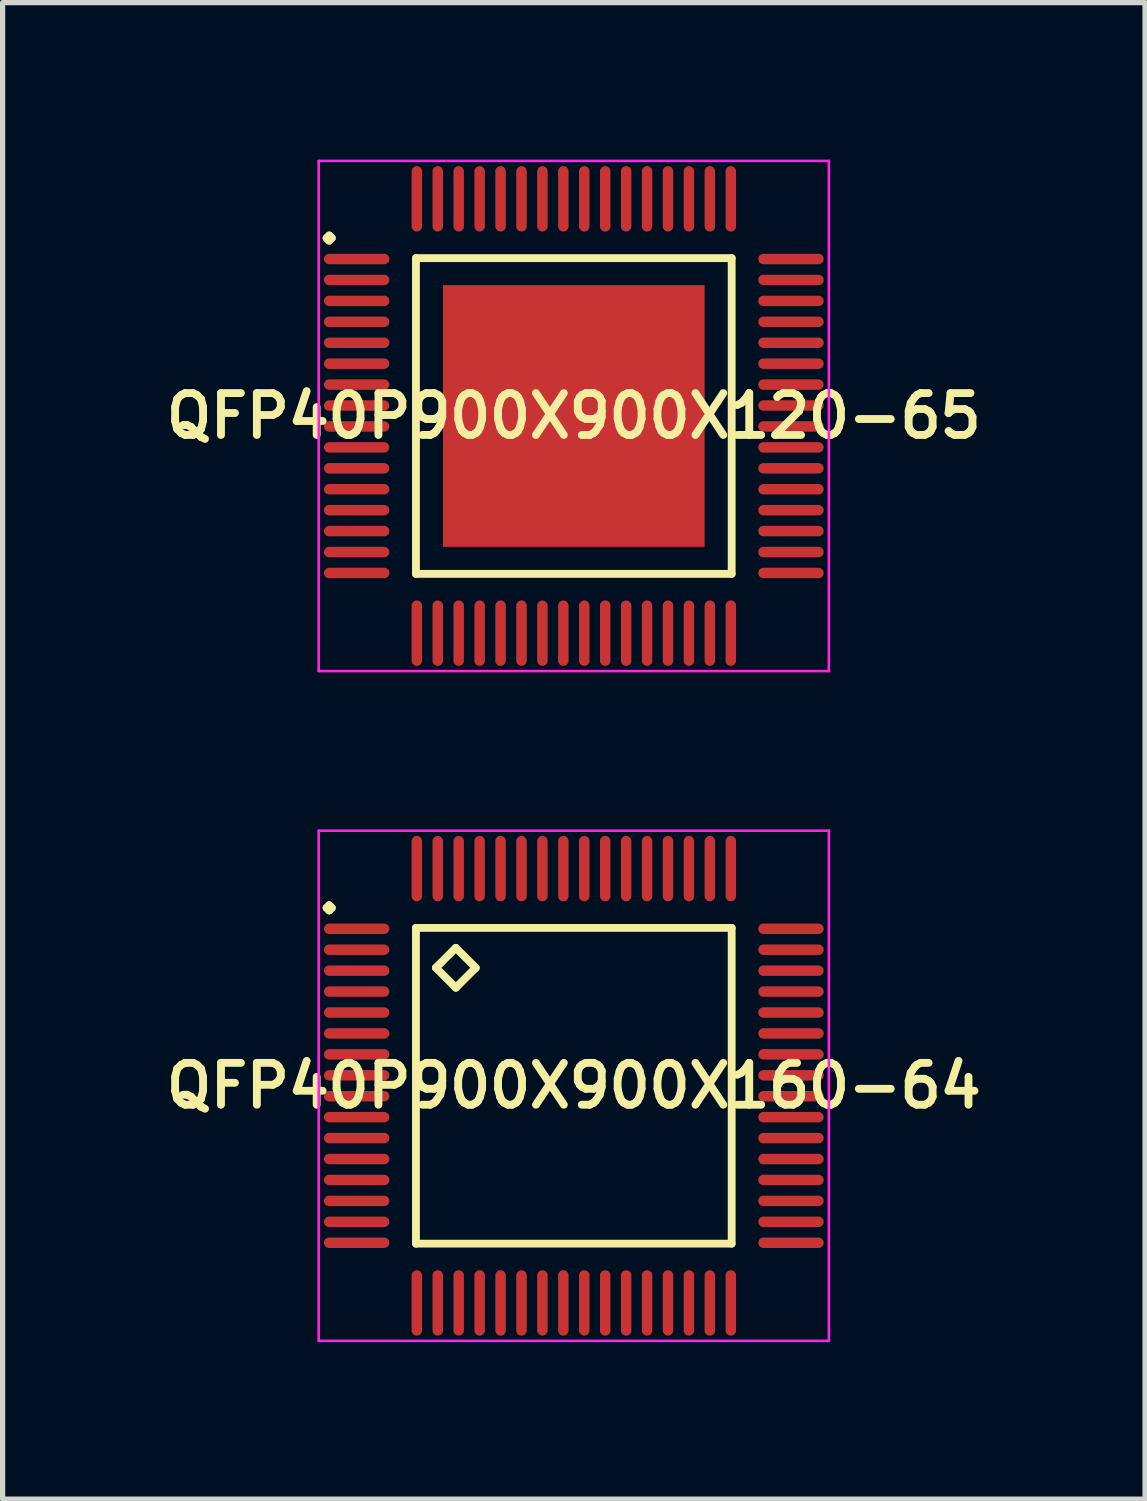
<source format=kicad_pcb>
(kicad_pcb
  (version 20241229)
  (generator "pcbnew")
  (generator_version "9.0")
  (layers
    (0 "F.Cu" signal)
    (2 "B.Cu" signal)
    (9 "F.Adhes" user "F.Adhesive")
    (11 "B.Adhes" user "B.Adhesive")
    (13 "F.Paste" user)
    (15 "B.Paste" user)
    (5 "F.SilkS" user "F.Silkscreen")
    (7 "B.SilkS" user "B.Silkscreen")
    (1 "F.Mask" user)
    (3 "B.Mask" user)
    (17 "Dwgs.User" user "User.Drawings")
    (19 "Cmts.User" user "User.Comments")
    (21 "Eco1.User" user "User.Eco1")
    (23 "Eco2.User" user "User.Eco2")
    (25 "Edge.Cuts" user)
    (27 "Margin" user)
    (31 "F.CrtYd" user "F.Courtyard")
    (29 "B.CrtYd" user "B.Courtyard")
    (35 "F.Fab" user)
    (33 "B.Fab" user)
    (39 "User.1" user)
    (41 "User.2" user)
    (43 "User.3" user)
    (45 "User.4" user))
  (footprint "QFP40P900X900X120-65"
    (layer "F.Cu")
    (at 7.916 4.9)
    (property "Reference" "QFP40P900X900X120-65" (at 0 0 0) (layer "F.SilkS") (effects (font (size 0.8 0.8) (thickness 0.15))))
    (attr smd)
    (fp_line (start -4.725 -3.4) (end -4.675 -3.45) (stroke (width 0.15) (type solid)) (layer "F.SilkS"))
    (fp_line (start -4.675 -3.45) (end -4.625 -3.4) (stroke (width 0.15) (type solid)) (layer "F.SilkS"))
    (fp_line (start -4.675 -3.35) (end -4.725 -3.4) (stroke (width 0.15) (type solid)) (layer "F.SilkS"))
    (fp_line (start -4.625 -3.4) (end -4.675 -3.35) (stroke (width 0.15) (type solid)) (layer "F.SilkS"))
    (fp_line (start -3.017 -3.017) (end -3.017 3.017) (stroke (width 0.15) (type solid)) (layer "F.SilkS"))
    (fp_line (start -3.017 3.017) (end 3.017 3.017) (stroke (width 0.15) (type solid)) (layer "F.SilkS"))
    (fp_line (start 3.017 -3.017) (end -3.017 -3.017) (stroke (width 0.15) (type solid)) (layer "F.SilkS"))
    (fp_line (start 3.017 3.017) (end 3.017 -3.017) (stroke (width 0.15) (type solid)) (layer "F.SilkS"))
    (fp_line (start -4.875 -4.875) (end 4.875 -4.875) (stroke (width 0.05) (type solid)) (layer "F.CrtYd"))
    (fp_line (start -4.875 4.875) (end -4.875 -4.875) (stroke (width 0.05) (type solid)) (layer "F.CrtYd"))
    (fp_line (start 4.875 -4.875) (end 4.875 4.875) (stroke (width 0.05) (type solid)) (layer "F.CrtYd"))
    (fp_line (start 4.875 4.875) (end -4.875 4.875) (stroke (width 0.05) (type solid)) (layer "F.CrtYd"))
    (pad "1" smd oval (at -4.15 -3) (size 1.25 0.2) (layers "F.Cu" "F.Mask" "F.Paste"))
    (pad "2" smd oval (at -4.15 -2.6) (size 1.25 0.2) (layers "F.Cu" "F.Mask" "F.Paste"))
    (pad "3" smd oval (at -4.15 -2.2) (size 1.25 0.2) (layers "F.Cu" "F.Mask" "F.Paste"))
    (pad "4" smd oval (at -4.15 -1.8) (size 1.25 0.2) (layers "F.Cu" "F.Mask" "F.Paste"))
    (pad "5" smd oval (at -4.15 -1.4) (size 1.25 0.2) (layers "F.Cu" "F.Mask" "F.Paste"))
    (pad "6" smd oval (at -4.15 -1) (size 1.25 0.2) (layers "F.Cu" "F.Mask" "F.Paste"))
    (pad "7" smd oval (at -4.15 -0.6) (size 1.25 0.2) (layers "F.Cu" "F.Mask" "F.Paste"))
    (pad "8" smd oval (at -4.15 -0.2) (size 1.25 0.2) (layers "F.Cu" "F.Mask" "F.Paste"))
    (pad "9" smd oval (at -4.15 0.2) (size 1.25 0.2) (layers "F.Cu" "F.Mask" "F.Paste"))
    (pad "10" smd oval (at -4.15 0.6) (size 1.25 0.2) (layers "F.Cu" "F.Mask" "F.Paste"))
    (pad "11" smd oval (at -4.15 1) (size 1.25 0.2) (layers "F.Cu" "F.Mask" "F.Paste"))
    (pad "12" smd oval (at -4.15 1.4) (size 1.25 0.2) (layers "F.Cu" "F.Mask" "F.Paste"))
    (pad "13" smd oval (at -4.15 1.8) (size 1.25 0.2) (layers "F.Cu" "F.Mask" "F.Paste"))
    (pad "14" smd oval (at -4.15 2.2) (size 1.25 0.2) (layers "F.Cu" "F.Mask" "F.Paste"))
    (pad "15" smd oval (at -4.15 2.6) (size 1.25 0.2) (layers "F.Cu" "F.Mask" "F.Paste"))
    (pad "16" smd oval (at -4.15 3) (size 1.25 0.2) (layers "F.Cu" "F.Mask" "F.Paste"))
    (pad "17" smd oval (at -3 4.15) (size 0.2 1.25) (layers "F.Cu" "F.Mask" "F.Paste"))
    (pad "18" smd oval (at -2.6 4.15) (size 0.2 1.25) (layers "F.Cu" "F.Mask" "F.Paste"))
    (pad "19" smd oval (at -2.2 4.15) (size 0.2 1.25) (layers "F.Cu" "F.Mask" "F.Paste"))
    (pad "20" smd oval (at -1.8 4.15) (size 0.2 1.25) (layers "F.Cu" "F.Mask" "F.Paste"))
    (pad "21" smd oval (at -1.4 4.15) (size 0.2 1.25) (layers "F.Cu" "F.Mask" "F.Paste"))
    (pad "22" smd oval (at -1 4.15) (size 0.2 1.25) (layers "F.Cu" "F.Mask" "F.Paste"))
    (pad "23" smd oval (at -0.6 4.15) (size 0.2 1.25) (layers "F.Cu" "F.Mask" "F.Paste"))
    (pad "24" smd oval (at -0.2 4.15) (size 0.2 1.25) (layers "F.Cu" "F.Mask" "F.Paste"))
    (pad "25" smd oval (at 0.2 4.15) (size 0.2 1.25) (layers "F.Cu" "F.Mask" "F.Paste"))
    (pad "26" smd oval (at 0.6 4.15) (size 0.2 1.25) (layers "F.Cu" "F.Mask" "F.Paste"))
    (pad "27" smd oval (at 1 4.15) (size 0.2 1.25) (layers "F.Cu" "F.Mask" "F.Paste"))
    (pad "28" smd oval (at 1.4 4.15) (size 0.2 1.25) (layers "F.Cu" "F.Mask" "F.Paste"))
    (pad "29" smd oval (at 1.8 4.15) (size 0.2 1.25) (layers "F.Cu" "F.Mask" "F.Paste"))
    (pad "30" smd oval (at 2.2 4.15) (size 0.2 1.25) (layers "F.Cu" "F.Mask" "F.Paste"))
    (pad "31" smd oval (at 2.6 4.15) (size 0.2 1.25) (layers "F.Cu" "F.Mask" "F.Paste"))
    (pad "32" smd oval (at 3 4.15) (size 0.2 1.25) (layers "F.Cu" "F.Mask" "F.Paste"))
    (pad "33" smd oval (at 4.15 3) (size 1.25 0.2) (layers "F.Cu" "F.Mask" "F.Paste"))
    (pad "34" smd oval (at 4.15 2.6) (size 1.25 0.2) (layers "F.Cu" "F.Mask" "F.Paste"))
    (pad "35" smd oval (at 4.15 2.2) (size 1.25 0.2) (layers "F.Cu" "F.Mask" "F.Paste"))
    (pad "36" smd oval (at 4.15 1.8) (size 1.25 0.2) (layers "F.Cu" "F.Mask" "F.Paste"))
    (pad "37" smd oval (at 4.15 1.4) (size 1.25 0.2) (layers "F.Cu" "F.Mask" "F.Paste"))
    (pad "38" smd oval (at 4.15 1) (size 1.25 0.2) (layers "F.Cu" "F.Mask" "F.Paste"))
    (pad "39" smd oval (at 4.15 0.6) (size 1.25 0.2) (layers "F.Cu" "F.Mask" "F.Paste"))
    (pad "40" smd oval (at 4.15 0.2) (size 1.25 0.2) (layers "F.Cu" "F.Mask" "F.Paste"))
    (pad "41" smd oval (at 4.15 -0.2) (size 1.25 0.2) (layers "F.Cu" "F.Mask" "F.Paste"))
    (pad "42" smd oval (at 4.15 -0.6) (size 1.25 0.2) (layers "F.Cu" "F.Mask" "F.Paste"))
    (pad "43" smd oval (at 4.15 -1) (size 1.25 0.2) (layers "F.Cu" "F.Mask" "F.Paste"))
    (pad "44" smd oval (at 4.15 -1.4) (size 1.25 0.2) (layers "F.Cu" "F.Mask" "F.Paste"))
    (pad "45" smd oval (at 4.15 -1.8) (size 1.25 0.2) (layers "F.Cu" "F.Mask" "F.Paste"))
    (pad "46" smd oval (at 4.15 -2.2) (size 1.25 0.2) (layers "F.Cu" "F.Mask" "F.Paste"))
    (pad "47" smd oval (at 4.15 -2.6) (size 1.25 0.2) (layers "F.Cu" "F.Mask" "F.Paste"))
    (pad "48" smd oval (at 4.15 -3) (size 1.25 0.2) (layers "F.Cu" "F.Mask" "F.Paste"))
    (pad "49" smd oval (at 3 -4.15) (size 0.2 1.25) (layers "F.Cu" "F.Mask" "F.Paste"))
    (pad "50" smd oval (at 2.6 -4.15) (size 0.2 1.25) (layers "F.Cu" "F.Mask" "F.Paste"))
    (pad "51" smd oval (at 2.2 -4.15) (size 0.2 1.25) (layers "F.Cu" "F.Mask" "F.Paste"))
    (pad "52" smd oval (at 1.8 -4.15) (size 0.2 1.25) (layers "F.Cu" "F.Mask" "F.Paste"))
    (pad "53" smd oval (at 1.4 -4.15) (size 0.2 1.25) (layers "F.Cu" "F.Mask" "F.Paste"))
    (pad "54" smd oval (at 1 -4.15) (size 0.2 1.25) (layers "F.Cu" "F.Mask" "F.Paste"))
    (pad "55" smd oval (at 0.6 -4.15) (size 0.2 1.25) (layers "F.Cu" "F.Mask" "F.Paste"))
    (pad "56" smd oval (at 0.2 -4.15) (size 0.2 1.25) (layers "F.Cu" "F.Mask" "F.Paste"))
    (pad "57" smd oval (at -0.2 -4.15) (size 0.2 1.25) (layers "F.Cu" "F.Mask" "F.Paste"))
    (pad "58" smd oval (at -0.6 -4.15) (size 0.2 1.25) (layers "F.Cu" "F.Mask" "F.Paste"))
    (pad "59" smd oval (at -1 -4.15) (size 0.2 1.25) (layers "F.Cu" "F.Mask" "F.Paste"))
    (pad "60" smd oval (at -1.4 -4.15) (size 0.2 1.25) (layers "F.Cu" "F.Mask" "F.Paste"))
    (pad "61" smd oval (at -1.8 -4.15) (size 0.2 1.25) (layers "F.Cu" "F.Mask" "F.Paste"))
    (pad "62" smd oval (at -2.2 -4.15) (size 0.2 1.25) (layers "F.Cu" "F.Mask" "F.Paste"))
    (pad "63" smd oval (at -2.6 -4.15) (size 0.2 1.25) (layers "F.Cu" "F.Mask" "F.Paste"))
    (pad "64" smd oval (at -3 -4.15) (size 0.2 1.25) (layers "F.Cu" "F.Mask" "F.Paste"))
    (pad "65" smd rect (at 0 0) (size 5 5) (layers "F.Cu" "F.Mask" "F.Paste")))
  (footprint "QFP40P900X900X160-64"
    (layer "F.Cu")
    (at 7.916 17.7)
    (property "Reference" "QFP40P900X900X160-64" (at 0 0 0) (layer "F.SilkS") (effects (font (size 0.8 0.8) (thickness 0.15))))
    (attr smd)
    (fp_line (start -4.725 -3.4) (end -4.675 -3.45) (stroke (width 0.15) (type solid)) (layer "F.SilkS"))
    (fp_line (start -4.675 -3.45) (end -4.625 -3.4) (stroke (width 0.15) (type solid)) (layer "F.SilkS"))
    (fp_line (start -4.675 -3.35) (end -4.725 -3.4) (stroke (width 0.15) (type solid)) (layer "F.SilkS"))
    (fp_line (start -4.625 -3.4) (end -4.675 -3.35) (stroke (width 0.15) (type solid)) (layer "F.SilkS"))
    (fp_line (start -3.017 -3.017) (end -3.017 3.017) (stroke (width 0.15) (type solid)) (layer "F.SilkS"))
    (fp_line (start -3.017 3.017) (end 3.017 3.017) (stroke (width 0.15) (type solid)) (layer "F.SilkS"))
    (fp_line (start -2.636 -2.255) (end -2.255 -2.636) (stroke (width 0.15) (type solid)) (layer "F.SilkS"))
    (fp_line (start -2.255 -2.636) (end -1.874 -2.255) (stroke (width 0.15) (type solid)) (layer "F.SilkS"))
    (fp_line (start -2.255 -1.874) (end -2.636 -2.255) (stroke (width 0.15) (type solid)) (layer "F.SilkS"))
    (fp_line (start -1.874 -2.255) (end -2.255 -1.874) (stroke (width 0.15) (type solid)) (layer "F.SilkS"))
    (fp_line (start 3.017 -3.017) (end -3.017 -3.017) (stroke (width 0.15) (type solid)) (layer "F.SilkS"))
    (fp_line (start 3.017 3.017) (end 3.017 -3.017) (stroke (width 0.15) (type solid)) (layer "F.SilkS"))
    (fp_line (start -4.875 -4.875) (end 4.875 -4.875) (stroke (width 0.05) (type solid)) (layer "F.CrtYd"))
    (fp_line (start -4.875 4.875) (end -4.875 -4.875) (stroke (width 0.05) (type solid)) (layer "F.CrtYd"))
    (fp_line (start 4.875 -4.875) (end 4.875 4.875) (stroke (width 0.05) (type solid)) (layer "F.CrtYd"))
    (fp_line (start 4.875 4.875) (end -4.875 4.875) (stroke (width 0.05) (type solid)) (layer "F.CrtYd"))
    (pad "1" smd oval (at -4.15 -3) (size 1.25 0.2) (layers "F.Cu" "F.Mask" "F.Paste"))
    (pad "2" smd oval (at -4.15 -2.6) (size 1.25 0.2) (layers "F.Cu" "F.Mask" "F.Paste"))
    (pad "3" smd oval (at -4.15 -2.2) (size 1.25 0.2) (layers "F.Cu" "F.Mask" "F.Paste"))
    (pad "4" smd oval (at -4.15 -1.8) (size 1.25 0.2) (layers "F.Cu" "F.Mask" "F.Paste"))
    (pad "5" smd oval (at -4.15 -1.4) (size 1.25 0.2) (layers "F.Cu" "F.Mask" "F.Paste"))
    (pad "6" smd oval (at -4.15 -1) (size 1.25 0.2) (layers "F.Cu" "F.Mask" "F.Paste"))
    (pad "7" smd oval (at -4.15 -0.6) (size 1.25 0.2) (layers "F.Cu" "F.Mask" "F.Paste"))
    (pad "8" smd oval (at -4.15 -0.2) (size 1.25 0.2) (layers "F.Cu" "F.Mask" "F.Paste"))
    (pad "9" smd oval (at -4.15 0.2) (size 1.25 0.2) (layers "F.Cu" "F.Mask" "F.Paste"))
    (pad "10" smd oval (at -4.15 0.6) (size 1.25 0.2) (layers "F.Cu" "F.Mask" "F.Paste"))
    (pad "11" smd oval (at -4.15 1) (size 1.25 0.2) (layers "F.Cu" "F.Mask" "F.Paste"))
    (pad "12" smd oval (at -4.15 1.4) (size 1.25 0.2) (layers "F.Cu" "F.Mask" "F.Paste"))
    (pad "13" smd oval (at -4.15 1.8) (size 1.25 0.2) (layers "F.Cu" "F.Mask" "F.Paste"))
    (pad "14" smd oval (at -4.15 2.2) (size 1.25 0.2) (layers "F.Cu" "F.Mask" "F.Paste"))
    (pad "15" smd oval (at -4.15 2.6) (size 1.25 0.2) (layers "F.Cu" "F.Mask" "F.Paste"))
    (pad "16" smd oval (at -4.15 3) (size 1.25 0.2) (layers "F.Cu" "F.Mask" "F.Paste"))
    (pad "17" smd oval (at -3 4.15) (size 0.2 1.25) (layers "F.Cu" "F.Mask" "F.Paste"))
    (pad "18" smd oval (at -2.6 4.15) (size 0.2 1.25) (layers "F.Cu" "F.Mask" "F.Paste"))
    (pad "19" smd oval (at -2.2 4.15) (size 0.2 1.25) (layers "F.Cu" "F.Mask" "F.Paste"))
    (pad "20" smd oval (at -1.8 4.15) (size 0.2 1.25) (layers "F.Cu" "F.Mask" "F.Paste"))
    (pad "21" smd oval (at -1.4 4.15) (size 0.2 1.25) (layers "F.Cu" "F.Mask" "F.Paste"))
    (pad "22" smd oval (at -1 4.15) (size 0.2 1.25) (layers "F.Cu" "F.Mask" "F.Paste"))
    (pad "23" smd oval (at -0.6 4.15) (size 0.2 1.25) (layers "F.Cu" "F.Mask" "F.Paste"))
    (pad "24" smd oval (at -0.2 4.15) (size 0.2 1.25) (layers "F.Cu" "F.Mask" "F.Paste"))
    (pad "25" smd oval (at 0.2 4.15) (size 0.2 1.25) (layers "F.Cu" "F.Mask" "F.Paste"))
    (pad "26" smd oval (at 0.6 4.15) (size 0.2 1.25) (layers "F.Cu" "F.Mask" "F.Paste"))
    (pad "27" smd oval (at 1 4.15) (size 0.2 1.25) (layers "F.Cu" "F.Mask" "F.Paste"))
    (pad "28" smd oval (at 1.4 4.15) (size 0.2 1.25) (layers "F.Cu" "F.Mask" "F.Paste"))
    (pad "29" smd oval (at 1.8 4.15) (size 0.2 1.25) (layers "F.Cu" "F.Mask" "F.Paste"))
    (pad "30" smd oval (at 2.2 4.15) (size 0.2 1.25) (layers "F.Cu" "F.Mask" "F.Paste"))
    (pad "31" smd oval (at 2.6 4.15) (size 0.2 1.25) (layers "F.Cu" "F.Mask" "F.Paste"))
    (pad "32" smd oval (at 3 4.15) (size 0.2 1.25) (layers "F.Cu" "F.Mask" "F.Paste"))
    (pad "33" smd oval (at 4.15 3) (size 1.25 0.2) (layers "F.Cu" "F.Mask" "F.Paste"))
    (pad "34" smd oval (at 4.15 2.6) (size 1.25 0.2) (layers "F.Cu" "F.Mask" "F.Paste"))
    (pad "35" smd oval (at 4.15 2.2) (size 1.25 0.2) (layers "F.Cu" "F.Mask" "F.Paste"))
    (pad "36" smd oval (at 4.15 1.8) (size 1.25 0.2) (layers "F.Cu" "F.Mask" "F.Paste"))
    (pad "37" smd oval (at 4.15 1.4) (size 1.25 0.2) (layers "F.Cu" "F.Mask" "F.Paste"))
    (pad "38" smd oval (at 4.15 1) (size 1.25 0.2) (layers "F.Cu" "F.Mask" "F.Paste"))
    (pad "39" smd oval (at 4.15 0.6) (size 1.25 0.2) (layers "F.Cu" "F.Mask" "F.Paste"))
    (pad "40" smd oval (at 4.15 0.2) (size 1.25 0.2) (layers "F.Cu" "F.Mask" "F.Paste"))
    (pad "41" smd oval (at 4.15 -0.2) (size 1.25 0.2) (layers "F.Cu" "F.Mask" "F.Paste"))
    (pad "42" smd oval (at 4.15 -0.6) (size 1.25 0.2) (layers "F.Cu" "F.Mask" "F.Paste"))
    (pad "43" smd oval (at 4.15 -1) (size 1.25 0.2) (layers "F.Cu" "F.Mask" "F.Paste"))
    (pad "44" smd oval (at 4.15 -1.4) (size 1.25 0.2) (layers "F.Cu" "F.Mask" "F.Paste"))
    (pad "45" smd oval (at 4.15 -1.8) (size 1.25 0.2) (layers "F.Cu" "F.Mask" "F.Paste"))
    (pad "46" smd oval (at 4.15 -2.2) (size 1.25 0.2) (layers "F.Cu" "F.Mask" "F.Paste"))
    (pad "47" smd oval (at 4.15 -2.6) (size 1.25 0.2) (layers "F.Cu" "F.Mask" "F.Paste"))
    (pad "48" smd oval (at 4.15 -3) (size 1.25 0.2) (layers "F.Cu" "F.Mask" "F.Paste"))
    (pad "49" smd oval (at 3 -4.15) (size 0.2 1.25) (layers "F.Cu" "F.Mask" "F.Paste"))
    (pad "50" smd oval (at 2.6 -4.15) (size 0.2 1.25) (layers "F.Cu" "F.Mask" "F.Paste"))
    (pad "51" smd oval (at 2.2 -4.15) (size 0.2 1.25) (layers "F.Cu" "F.Mask" "F.Paste"))
    (pad "52" smd oval (at 1.8 -4.15) (size 0.2 1.25) (layers "F.Cu" "F.Mask" "F.Paste"))
    (pad "53" smd oval (at 1.4 -4.15) (size 0.2 1.25) (layers "F.Cu" "F.Mask" "F.Paste"))
    (pad "54" smd oval (at 1 -4.15) (size 0.2 1.25) (layers "F.Cu" "F.Mask" "F.Paste"))
    (pad "55" smd oval (at 0.6 -4.15) (size 0.2 1.25) (layers "F.Cu" "F.Mask" "F.Paste"))
    (pad "56" smd oval (at 0.2 -4.15) (size 0.2 1.25) (layers "F.Cu" "F.Mask" "F.Paste"))
    (pad "57" smd oval (at -0.2 -4.15) (size 0.2 1.25) (layers "F.Cu" "F.Mask" "F.Paste"))
    (pad "58" smd oval (at -0.6 -4.15) (size 0.2 1.25) (layers "F.Cu" "F.Mask" "F.Paste"))
    (pad "59" smd oval (at -1 -4.15) (size 0.2 1.25) (layers "F.Cu" "F.Mask" "F.Paste"))
    (pad "60" smd oval (at -1.4 -4.15) (size 0.2 1.25) (layers "F.Cu" "F.Mask" "F.Paste"))
    (pad "61" smd oval (at -1.8 -4.15) (size 0.2 1.25) (layers "F.Cu" "F.Mask" "F.Paste"))
    (pad "62" smd oval (at -2.2 -4.15) (size 0.2 1.25) (layers "F.Cu" "F.Mask" "F.Paste"))
    (pad "63" smd oval (at -2.6 -4.15) (size 0.2 1.25) (layers "F.Cu" "F.Mask" "F.Paste"))
    (pad "64" smd oval (at -3 -4.15) (size 0.2 1.25) (layers "F.Cu" "F.Mask" "F.Paste")))
  (gr_rect
    (start -3 -3)
    (end 18.833 25.6)
    (stroke (width 0.1) (type default))
    (fill no)
    (layer "Edge.Cuts")))
</source>
